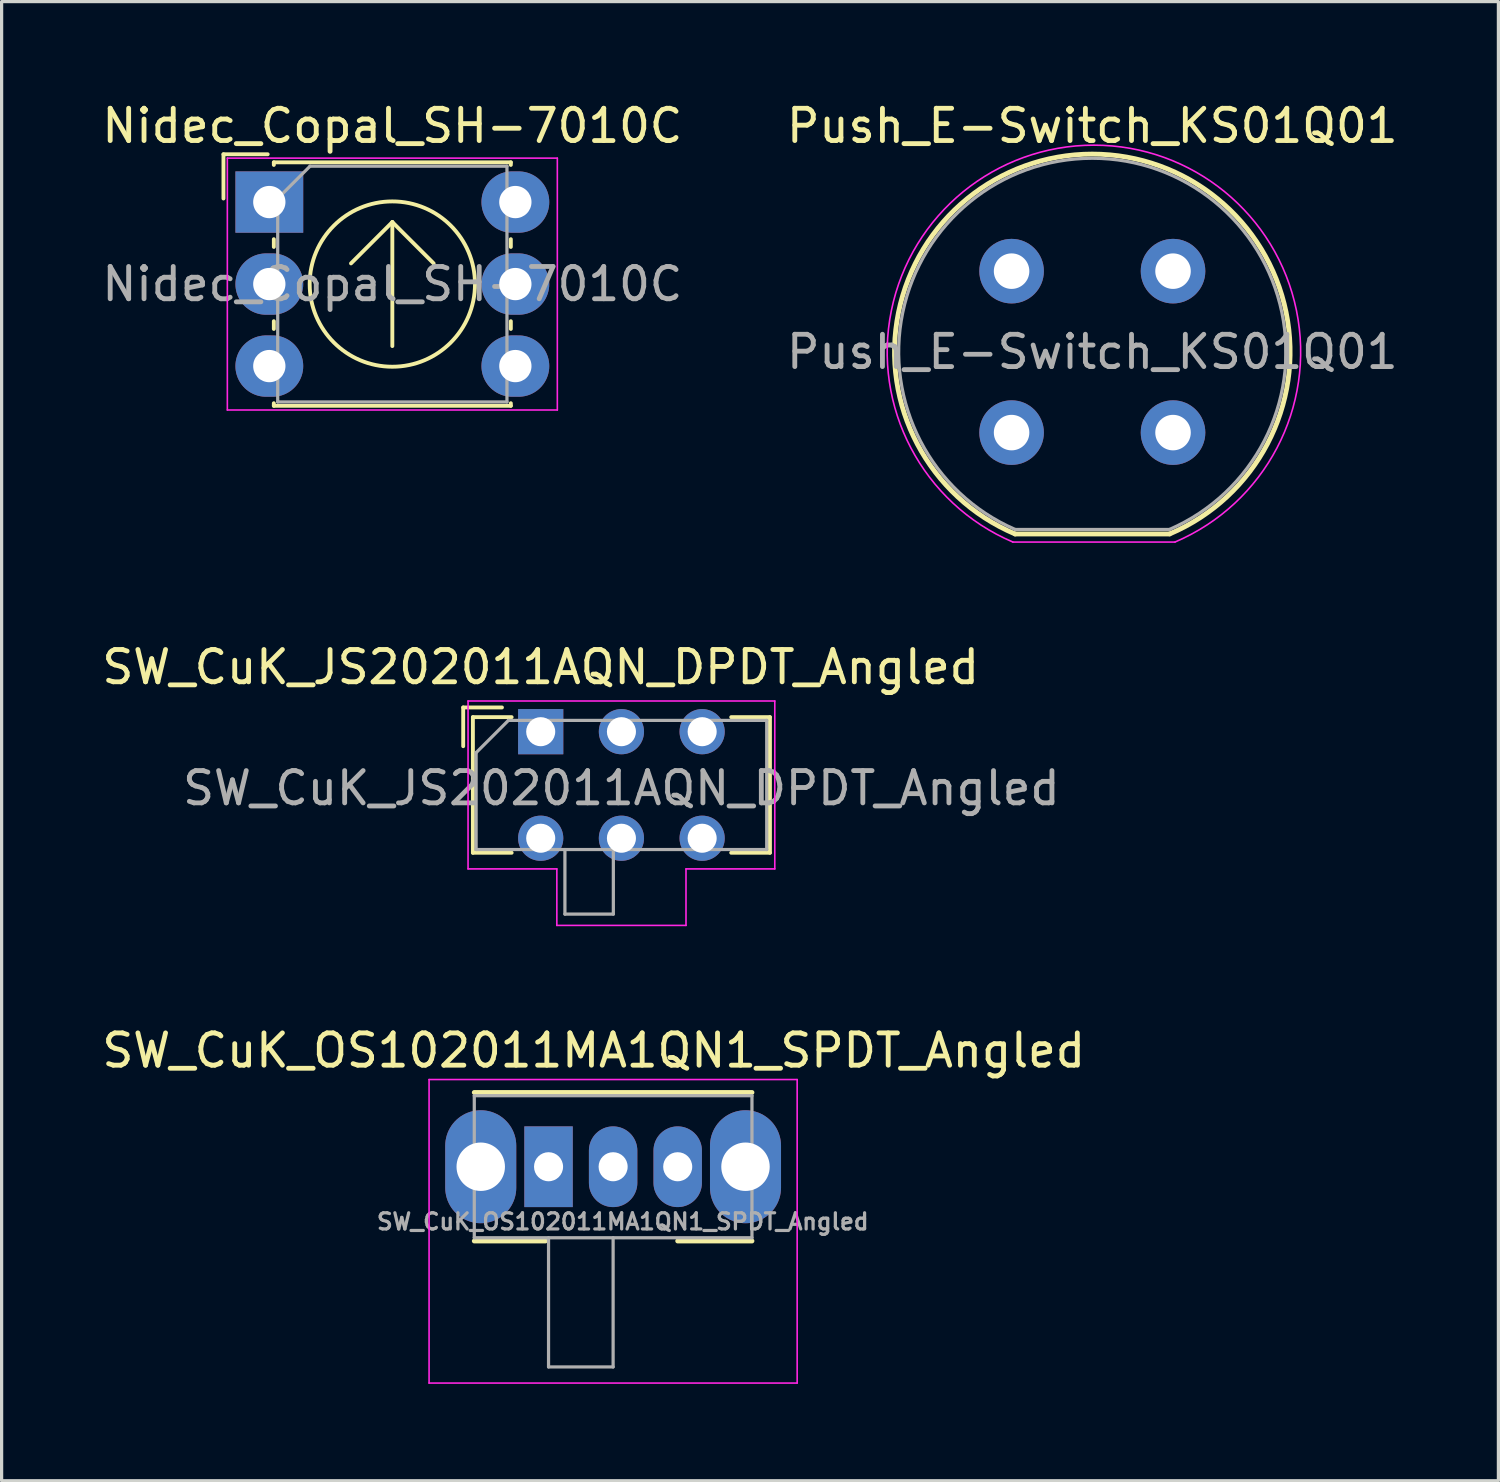
<source format=kicad_pcb>
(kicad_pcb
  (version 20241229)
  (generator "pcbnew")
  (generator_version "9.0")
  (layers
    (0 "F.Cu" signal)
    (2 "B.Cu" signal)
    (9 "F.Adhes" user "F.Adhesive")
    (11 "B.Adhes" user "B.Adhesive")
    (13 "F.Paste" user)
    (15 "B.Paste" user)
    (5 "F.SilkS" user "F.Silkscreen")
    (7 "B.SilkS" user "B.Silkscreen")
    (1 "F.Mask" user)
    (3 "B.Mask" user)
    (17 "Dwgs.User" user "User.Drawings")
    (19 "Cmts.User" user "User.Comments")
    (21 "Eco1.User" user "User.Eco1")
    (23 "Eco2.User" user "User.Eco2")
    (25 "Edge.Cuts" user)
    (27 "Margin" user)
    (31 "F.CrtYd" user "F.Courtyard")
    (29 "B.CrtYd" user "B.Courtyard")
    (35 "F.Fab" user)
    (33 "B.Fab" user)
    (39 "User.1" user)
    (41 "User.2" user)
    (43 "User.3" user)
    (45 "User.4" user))
  (footprint "SW_CuK_JS202011AQN_DPDT_Angled"
    (layer "F.Cu")
    (at 13.696 19.611)
    (property "Reference" "SW_CuK_JS202011AQN_DPDT_Angled" (at 0 -2 0) (layer "F.SilkS") (effects (font (size 1 1) (thickness 0.15))))
    (attr through_hole)
    (fp_line (start -2.4 -0.75) (end -2.4 0.45) (stroke (width 0.12) (type solid)) (layer "F.SilkS"))
    (fp_line (start -2.1 -0.45) (end -2.1 3.75) (stroke (width 0.12) (type solid)) (layer "F.SilkS"))
    (fp_line (start -2.1 3.75) (end -0.9 3.75) (stroke (width 0.12) (type solid)) (layer "F.SilkS"))
    (fp_line (start -1.2 -0.75) (end -2.4 -0.75) (stroke (width 0.12) (type solid)) (layer "F.SilkS"))
    (fp_line (start -0.9 -0.45) (end -2.1 -0.45) (stroke (width 0.12) (type solid)) (layer "F.SilkS"))
    (fp_line (start 5.9 -0.45) (end 7.1 -0.45) (stroke (width 0.12) (type solid)) (layer "F.SilkS"))
    (fp_line (start 7.1 -0.45) (end 7.1 3.75) (stroke (width 0.12) (type solid)) (layer "F.SilkS"))
    (fp_line (start 7.1 3.75) (end 5.9 3.75) (stroke (width 0.12) (type solid)) (layer "F.SilkS"))
    (fp_line (start -2.25 -0.95) (end 7.25 -0.95) (stroke (width 0.05) (type solid)) (layer "F.CrtYd"))
    (fp_line (start -2.25 4.25) (end -2.25 -0.95) (stroke (width 0.05) (type solid)) (layer "F.CrtYd"))
    (fp_line (start 0.5 4.25) (end -2.25 4.25) (stroke (width 0.05) (type solid)) (layer "F.CrtYd"))
    (fp_line (start 0.5 4.25) (end 0.5 6) (stroke (width 0.05) (type solid)) (layer "F.CrtYd"))
    (fp_line (start 4.5 6) (end 0.5 6) (stroke (width 0.05) (type solid)) (layer "F.CrtYd"))
    (fp_line (start 4.5 6) (end 4.5 4.25) (stroke (width 0.05) (type solid)) (layer "F.CrtYd"))
    (fp_line (start 7.25 -0.95) (end 7.25 4.25) (stroke (width 0.05) (type solid)) (layer "F.CrtYd"))
    (fp_line (start 7.25 4.25) (end 4.5 4.25) (stroke (width 0.05) (type solid)) (layer "F.CrtYd"))
    (fp_line (start -2 3.65) (end -2 0.65) (stroke (width 0.1) (type solid)) (layer "F.Fab"))
    (fp_line (start -1 -0.35) (end -2 0.65) (stroke (width 0.1) (type solid)) (layer "F.Fab"))
    (fp_line (start -1 -0.35) (end 7 -0.35) (stroke (width 0.1) (type solid)) (layer "F.Fab"))
    (fp_line (start 0.75 3.65) (end 0.75 5.65) (stroke (width 0.1) (type solid)) (layer "F.Fab"))
    (fp_line (start 0.75 5.65) (end 2.25 5.65) (stroke (width 0.1) (type solid)) (layer "F.Fab"))
    (fp_line (start 2.25 5.65) (end 2.25 3.65) (stroke (width 0.1) (type solid)) (layer "F.Fab"))
    (fp_line (start 7 -0.35) (end 7 3.65) (stroke (width 0.1) (type solid)) (layer "F.Fab"))
    (fp_line (start 7 3.65) (end -2 3.65) (stroke (width 0.1) (type solid)) (layer "F.Fab"))
    (fp_text user "${REFERENCE}" (at 2.5 1.75 0) (layer "F.Fab") (effects (font (size 1 1) (thickness 0.15))))
    (pad "1" thru_hole rect (at 0 0) (size 1.4 1.4) (drill 0.9) (layers "*.Cu" "*.Mask"))
    (pad "2" thru_hole circle (at 2.5 0) (size 1.4 1.4) (drill 0.9) (layers "*.Cu" "*.Mask"))
    (pad "3" thru_hole circle (at 5 0) (size 1.4 1.4) (drill 0.9) (layers "*.Cu" "*.Mask"))
    (pad "4" thru_hole circle (at 0 3.3) (size 1.4 1.4) (drill 0.9) (layers "*.Cu" "*.Mask"))
    (pad "5" thru_hole circle (at 2.5 3.3) (size 1.4 1.4) (drill 0.9) (layers "*.Cu" "*.Mask"))
    (pad "6" thru_hole circle (at 5 3.3) (size 1.4 1.4) (drill 0.9) (layers "*.Cu" "*.Mask")))
  (footprint "Push_E-Switch_KS01Q01"
    (layer "F.Cu")
    (at 28.28 5.348)
    (property "Reference" "Push_E-Switch_KS01Q01" (at 2.5 -4.5 0) (layer "F.SilkS") (effects (font (size 1 1) (thickness 0.15))))
    (attr through_hole)
    (fp_line (start 4.89 8.14) (end 0.11 8.14) (stroke (width 0.15) (type solid)) (layer "F.SilkS"))
    (fp_arc (start 0.11 8.14) (mid 2.496283 -3.625495) (end 4.896843 8.137095) (stroke (width 0.15) (type solid)) (layer "F.SilkS"))
    (fp_line (start 0.04 8.39) (end 5.06 8.39) (stroke (width 0.05) (type solid)) (layer "F.CrtYd"))
    (fp_arc (start 0.04 8.39) (mid 2.55 -3.902515) (end 5.06 8.39) (stroke (width 0.05) (type solid)) (layer "F.CrtYd"))
    (fp_line (start 0.11 8) (end 4.89 8) (stroke (width 0.1) (type solid)) (layer "F.Fab"))
    (fp_arc (start 0.11 8) (mid 2.498654 -3.496841) (end 4.892469 7.998926) (stroke (width 0.1) (type solid)) (layer "F.Fab"))
    (fp_text user "${REFERENCE}" (at 2.5 2.5 0) (layer "F.Fab") (effects (font (size 1 1) (thickness 0.15))))
    (pad "1" thru_hole circle (at 0 0) (size 2 2) (drill 1.1) (layers "*.Cu" "*.Mask"))
    (pad "2" thru_hole circle (at 5 0) (size 2 2) (drill 1.1) (layers "*.Cu" "*.Mask"))
    (pad "3" thru_hole circle (at 0 5) (size 2 2) (drill 1.1) (layers "*.Cu" "*.Mask"))
    (pad "4" thru_hole circle (at 5 5) (size 2 2) (drill 1.1) (layers "*.Cu" "*.Mask")))
  (footprint "SW_CuK_OS102011MA1QN1_SPDT_Angled"
    (layer "F.Cu")
    (at 13.939 33.085)
    (property "Reference" "SW_CuK_OS102011MA1QN1_SPDT_Angled" (at 1.4 -3.6 0) (layer "F.SilkS") (effects (font (size 1 1) (thickness 0.15))))
    (attr through_hole)
    (fp_line (start -2.3 -2.3) (end 6.3 -2.3) (stroke (width 0.15) (type solid)) (layer "F.SilkS"))
    (fp_line (start -2.3 2.3) (end -0.1 2.3) (stroke (width 0.15) (type solid)) (layer "F.SilkS"))
    (fp_line (start 4 2.3) (end 6.3 2.3) (stroke (width 0.15) (type solid)) (layer "F.SilkS"))
    (fp_line (start -3.7 -2.7) (end 7.7 -2.7) (stroke (width 0.05) (type solid)) (layer "F.CrtYd"))
    (fp_line (start -3.7 6.7) (end -3.7 -2.7) (stroke (width 0.05) (type solid)) (layer "F.CrtYd"))
    (fp_line (start 7.7 -2.7) (end 7.7 6.7) (stroke (width 0.05) (type solid)) (layer "F.CrtYd"))
    (fp_line (start 7.7 6.7) (end -3.7 6.7) (stroke (width 0.05) (type solid)) (layer "F.CrtYd"))
    (fp_line (start -2.3 -2.2) (end -2.3 2.2) (stroke (width 0.1) (type solid)) (layer "F.Fab"))
    (fp_line (start -2.3 -2.2) (end 6.3 -2.2) (stroke (width 0.1) (type solid)) (layer "F.Fab"))
    (fp_line (start -2.3 2.2) (end 6.3 2.2) (stroke (width 0.1) (type solid)) (layer "F.Fab"))
    (fp_line (start 0 6.2) (end 0 2.2) (stroke (width 0.1) (type solid)) (layer "F.Fab"))
    (fp_line (start 2 2.2) (end 2 6.2) (stroke (width 0.1) (type solid)) (layer "F.Fab"))
    (fp_line (start 2 6.2) (end 0 6.2) (stroke (width 0.1) (type solid)) (layer "F.Fab"))
    (fp_line (start 6.3 2.2) (end 6.3 -2.2) (stroke (width 0.1) (type solid)) (layer "F.Fab"))
    (fp_text user "${REFERENCE}" (at 2.3 1.7 0) (layer "F.Fab") (effects (font (size 0.5 0.5) (thickness 0.1))))
    (pad "" thru_hole oval (at -2.1 0) (size 2.2 3.5) (drill 1.5) (layers "*.Cu" "*.Mask"))
    (pad "" thru_hole oval (at 6.1 0) (size 2.2 3.5) (drill 1.5) (layers "*.Cu" "*.Mask"))
    (pad "1" thru_hole rect (at 0 0) (size 1.5 2.5) (drill 0.9) (layers "*.Cu" "*.Mask"))
    (pad "2" thru_hole oval (at 2 0) (size 1.5 2.5) (drill 0.9) (layers "*.Cu" "*.Mask"))
    (pad "3" thru_hole oval (at 4 0) (size 1.5 2.5) (drill 0.9) (layers "*.Cu" "*.Mask")))
  (footprint "Nidec_Copal_SH-7010C"
    (layer "F.Cu")
    (at 5.291 3.208)
    (property "Reference" "Nidec_Copal_SH-7010C" (at 3.81 -2.36 0) (layer "F.SilkS") (effects (font (size 1 1) (thickness 0.15))))
    (attr through_hole)
    (fp_line (start -1.42 -1.48) (end -0.05 -1.48) (stroke (width 0.12) (type solid)) (layer "F.SilkS"))
    (fp_line (start -1.42 -0.11) (end -1.42 -1.48) (stroke (width 0.12) (type solid)) (layer "F.SilkS"))
    (fp_line (start 0.14 -1.23) (end 7.48 -1.23) (stroke (width 0.12) (type solid)) (layer "F.SilkS"))
    (fp_line (start 0.14 -1.15) (end 0.14 -1.23) (stroke (width 0.12) (type solid)) (layer "F.SilkS"))
    (fp_line (start 0.14 1.15) (end 0.14 1.39) (stroke (width 0.12) (type solid)) (layer "F.SilkS"))
    (fp_line (start 0.14 3.69) (end 0.14 3.93) (stroke (width 0.12) (type solid)) (layer "F.SilkS"))
    (fp_line (start 0.14 6.23) (end 0.14 6.31) (stroke (width 0.12) (type solid)) (layer "F.SilkS"))
    (fp_line (start 0.14 6.31) (end 7.48 6.31) (stroke (width 0.12) (type solid)) (layer "F.SilkS"))
    (fp_line (start 2.53 1.9) (end 3.81 0.62) (stroke (width 0.12) (type solid)) (layer "F.SilkS"))
    (fp_line (start 3.81 0.62) (end 3.81 4.46) (stroke (width 0.12) (type solid)) (layer "F.SilkS"))
    (fp_line (start 3.81 0.62) (end 5.09 1.9) (stroke (width 0.12) (type solid)) (layer "F.SilkS"))
    (fp_line (start 7.48 -1.23) (end 7.48 -1.15) (stroke (width 0.12) (type solid)) (layer "F.SilkS"))
    (fp_line (start 7.48 1.15) (end 7.48 1.39) (stroke (width 0.12) (type solid)) (layer "F.SilkS"))
    (fp_line (start 7.48 3.69) (end 7.48 3.93) (stroke (width 0.12) (type solid)) (layer "F.SilkS"))
    (fp_line (start 7.48 6.31) (end 7.48 6.23) (stroke (width 0.12) (type solid)) (layer "F.SilkS"))
    (fp_circle (center 3.81 2.54) (end 6.37 2.54) (stroke (width 0.12) (type solid)) (fill no) (layer "F.SilkS"))
    (fp_line (start -1.3 -1.36) (end -1.3 6.44) (stroke (width 0.05) (type solid)) (layer "F.CrtYd"))
    (fp_line (start -1.3 6.44) (end 8.92 6.44) (stroke (width 0.05) (type solid)) (layer "F.CrtYd"))
    (fp_line (start 8.92 -1.36) (end -1.3 -1.36) (stroke (width 0.05) (type solid)) (layer "F.CrtYd"))
    (fp_line (start 8.92 6.44) (end 8.92 -1.36) (stroke (width 0.05) (type solid)) (layer "F.CrtYd"))
    (fp_line (start 0.26 -0.11) (end 1.26 -1.11) (stroke (width 0.1) (type solid)) (layer "F.Fab"))
    (fp_line (start 0.26 6.19) (end 0.26 -0.11) (stroke (width 0.1) (type solid)) (layer "F.Fab"))
    (fp_line (start 1.26 -1.11) (end 7.36 -1.11) (stroke (width 0.1) (type solid)) (layer "F.Fab"))
    (fp_line (start 7.36 -1.11) (end 7.36 6.19) (stroke (width 0.1) (type solid)) (layer "F.Fab"))
    (fp_line (start 7.36 6.19) (end 0.26 6.19) (stroke (width 0.1) (type solid)) (layer "F.Fab"))
    (fp_text user "${REFERENCE}" (at 3.81 2.54 0) (layer "F.Fab") (effects (font (size 1 1) (thickness 0.15))))
    (pad "1" thru_hole rect (at 0 0) (size 2.1 1.9) (drill 1) (layers "*.Cu" "*.Mask"))
    (pad "2" thru_hole oval (at 7.62 5.08) (size 2.1 1.9) (drill 1) (layers "*.Cu" "*.Mask"))
    (pad "4" thru_hole oval (at 0 5.08) (size 2.1 1.9) (drill 1) (layers "*.Cu" "*.Mask"))
    (pad "8" thru_hole oval (at 7.62 0) (size 2.1 1.9) (drill 1) (layers "*.Cu" "*.Mask"))
    (pad "C" thru_hole oval (at 0 2.54) (size 2.1 1.9) (drill 1) (layers "*.Cu" "*.Mask"))
    (pad "C" thru_hole oval (at 7.62 2.54) (size 2.1 1.9) (drill 1) (layers "*.Cu" "*.Mask")))
  (gr_rect
    (start -3 -3)
    (end 43.357 42.81)
    (stroke (width 0.1) (type default))
    (fill no)
    (layer "Edge.Cuts")))
</source>
